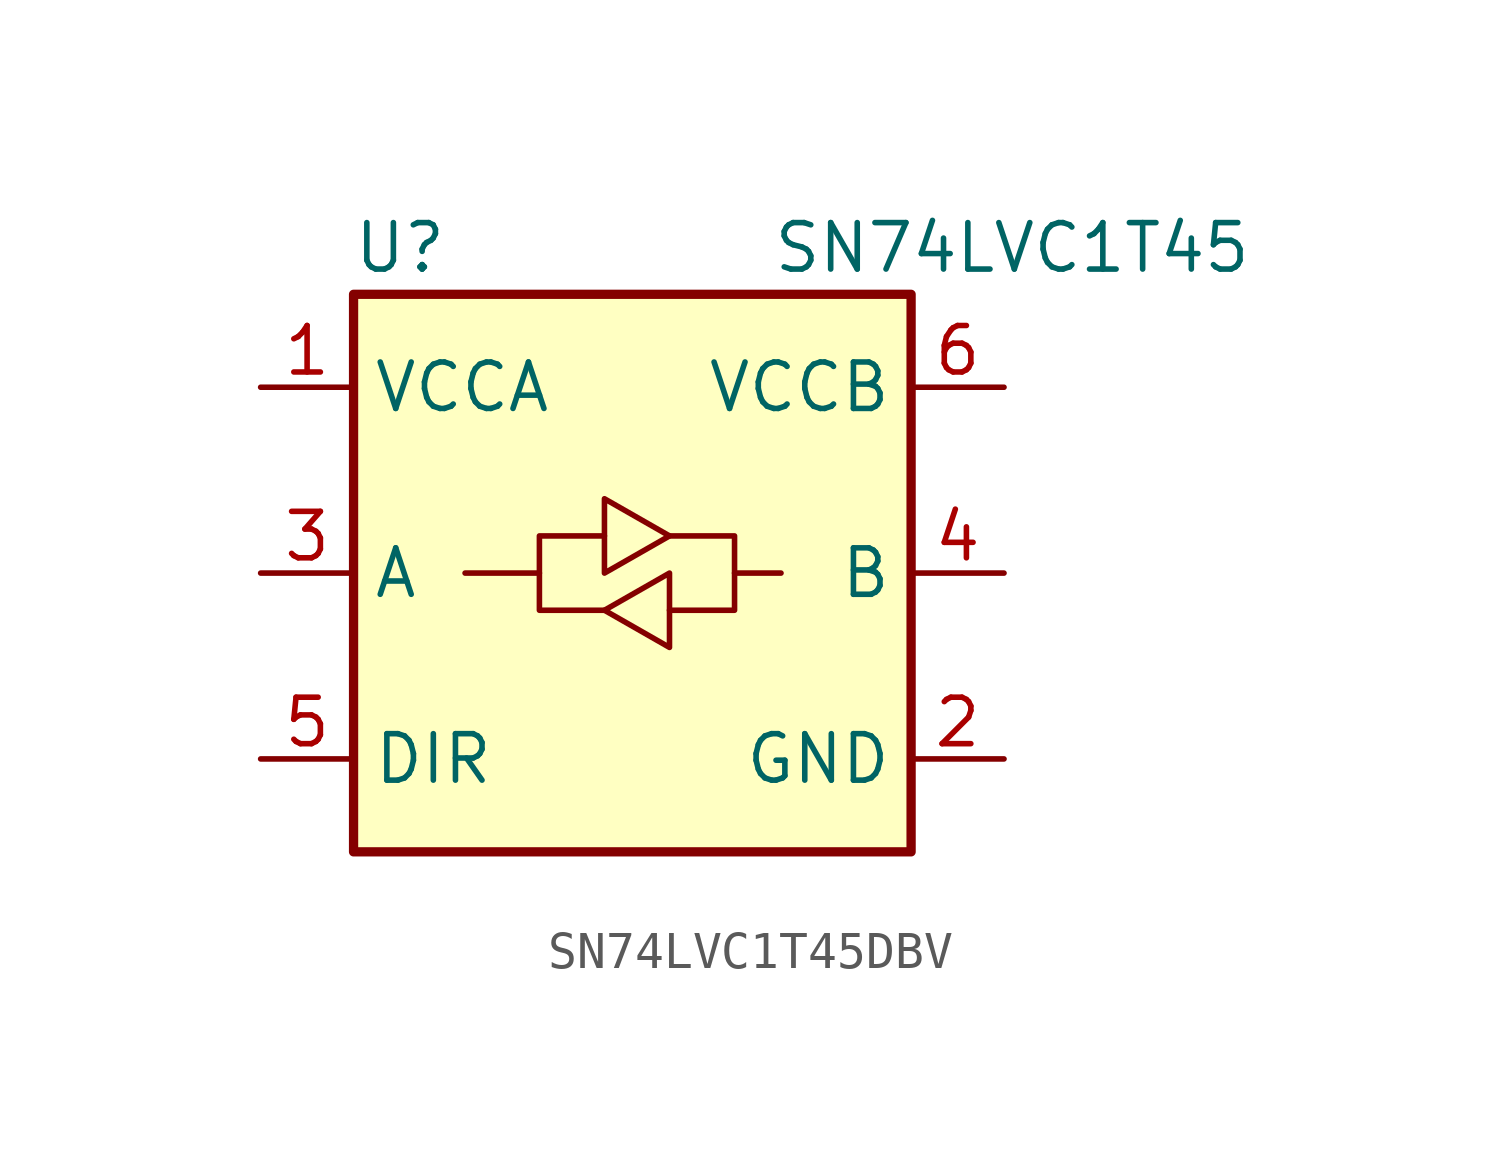
<source format=kicad_sym>
(kicad_symbol_lib
  (version 20241209)
  (generator "kicad_symbol_editor")
  (generator_version "9.0")
  (symbol "SN74LVC1T45DBV"
    (property "Reference" "U"
      (at -6.35 8.89 0)
      (effects (font (size 1.27 1.27))))
    (property "Value" "SN74LVC1T45"
      (at 3.81 8.89 0)
      (effects (font (size 1.27 1.27)) (justify left)))
    (symbol "SN74LVC1T45DBV_0_1"
      (rectangle (start -7.62 7.62) (end 7.62 -7.62) (stroke (width 0.254) (type default)) (fill (type background)))
      (polyline (pts (xy -2.54 0) (xy -2.54 1.016) (xy -0.762 1.016)) (stroke (width 0) (type default)) (fill (type none)))
      (polyline (pts (xy -0.762 0) (xy -0.762 2.032) (xy 1.016 1.016) (xy -0.762 0)) (stroke (width 0) (type default)) (fill (type none)))
      (polyline (pts (xy -0.762 -1.016) (xy -2.54 -1.016) (xy -2.54 0) (xy -4.572 0)) (stroke (width 0) (type default)) (fill (type none)))
      (polyline (pts (xy 1.016 1.016) (xy 2.794 1.016) (xy 2.794 0) (xy 4.064 0)) (stroke (width 0) (type default)) (fill (type none)))
      (polyline (pts (xy 1.016 0) (xy 1.016 -1.778) (xy 1.016 -2.032) (xy -0.762 -1.016) (xy 1.016 0)) (stroke (width 0) (type default)) (fill (type none)))
      (polyline (pts (xy 2.794 0) (xy 2.794 -1.016) (xy 1.016 -1.016)) (stroke (width 0) (type default)) (fill (type none))))
    (symbol "SN74LVC1T45DBV_1_1"
      (pin power_in line (at -10.16 5.08 0) (length 2.54) (name "VCCA" (effects (font (size 1.27 1.27)))) (number "1" (effects (font (size 1.27 1.27)))))
      (pin bidirectional line (at -10.16 0 0) (length 2.54) (name "A" (effects (font (size 1.27 1.27)))) (number "3" (effects (font (size 1.27 1.27)))))
      (pin input line (at -10.16 -5.08 0) (length 2.54) (name "DIR" (effects (font (size 1.27 1.27)))) (number "5" (effects (font (size 1.27 1.27)))))
      (pin power_in line (at 10.16 5.08 180) (length 2.54) (name "VCCB" (effects (font (size 1.27 1.27)))) (number "6" (effects (font (size 1.27 1.27)))))
      (pin bidirectional line (at 10.16 0 180) (length 2.54) (name "B" (effects (font (size 1.27 1.27)))) (number "4" (effects (font (size 1.27 1.27)))))
      (pin power_in line (at 10.16 -5.08 180) (length 2.54) (name "GND" (effects (font (size 1.27 1.27)))) (number "2" (effects (font (size 1.27 1.27))))))))
</source>
